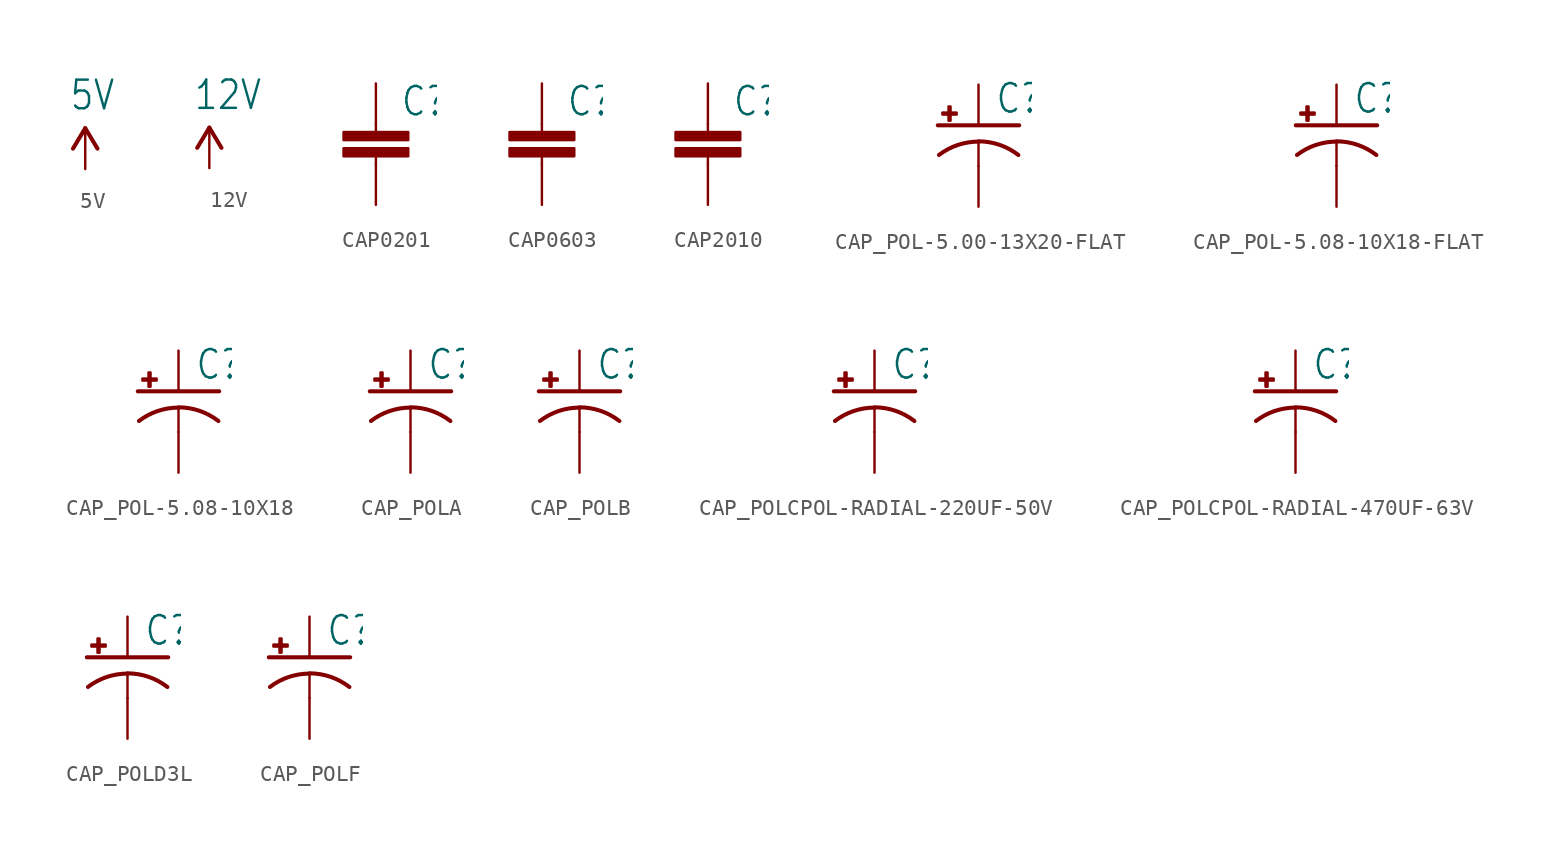
<source format=kicad_sym>
(kicad_symbol_lib
  (version 20220914)
  (generator kicad_symbol_editor)
  (symbol "5V"
    (power)
    (property "Reference" "#P+"
      (at 0 0 0)
      (effects (font (size 1.27 1.27)) hide))
    (property "Value" "5V"
      (at -1.016 3.556 0)
      (effects (font (size 1.778 1.511)) (justify left bottom)))
    (property "ki_locked" ""
      (at 0 0 0)
      (effects (font (size 1.27 1.27))))
    (symbol "5V_1_0"
      (polyline (pts (xy 0 2.54) (xy -0.762 1.27)) (stroke (width 0.254) (type solid)) (fill (type none)))
      (polyline (pts (xy 0.762 1.27) (xy 0 2.54)) (stroke (width 0.254) (type solid)) (fill (type none)))
      (pin power_in line (at 0 0 90) (length 2.54) (name "5V" (effects (font (size 0 0)))) (number "1" (effects (font (size 0 0)))))))
  (symbol "12V"
    (power)
    (property "Reference" "#P+"
      (at 0 0 0)
      (effects (font (size 1.27 1.27)) hide))
    (property "Value" "12V"
      (at -1.016 3.556 0)
      (effects (font (size 1.778 1.511)) (justify left bottom)))
    (property "ki_locked" ""
      (at 0 0 0)
      (effects (font (size 1.27 1.27))))
    (symbol "12V_1_0"
      (polyline (pts (xy 0 2.54) (xy -0.762 1.27)) (stroke (width 0.254) (type solid)) (fill (type none)))
      (polyline (pts (xy 0.762 1.27) (xy 0 2.54)) (stroke (width 0.254) (type solid)) (fill (type none)))
      (pin power_in line (at 0 0 90) (length 2.54) (name "12V" (effects (font (size 0 0)))) (number "1" (effects (font (size 0 0)))))))
  (symbol "CAP0201"
    (property "Reference" "C"
      (at 1.524 2.921 0)
      (effects (font (size 1.778 1.511)) (justify left bottom)))
    (property "Value" ""
      (at 1.524 -2.159 0)
      (effects (font (size 1.778 1.511)) (justify left bottom)))
    (property "ki_locked" ""
      (at 0 0 0)
      (effects (font (size 1.27 1.27))))
    (symbol "CAP0201_1_0"
      (rectangle (start -2.032 0.508) (end 2.032 1.016) (stroke (width 0) (type default)) (fill (type outline)))
      (rectangle (start -2.032 1.524) (end 2.032 2.032) (stroke (width 0) (type default)) (fill (type outline)))
      (polyline (pts (xy 0 0) (xy 0 0.508)) (stroke (width 0.152) (type solid)) (fill (type none)))
      (polyline (pts (xy 0 2.54) (xy 0 2.032)) (stroke (width 0.152) (type solid)) (fill (type none)))
      (pin passive line (at 0 5.08 270) (length 2.54) (name "1" (effects (font (size 0 0)))) (number "1" (effects (font (size 0 0)))))
      (pin passive line (at 0 -2.54 90) (length 2.54) (name "2" (effects (font (size 0 0)))) (number "2" (effects (font (size 0 0)))))))
  (symbol "CAP0603"
    (property "Reference" "C"
      (at 1.524 2.921 0)
      (effects (font (size 1.778 1.511)) (justify left bottom)))
    (property "Value" ""
      (at 1.524 -2.159 0)
      (effects (font (size 1.778 1.511)) (justify left bottom)))
    (property "ki_locked" ""
      (at 0 0 0)
      (effects (font (size 1.27 1.27))))
    (symbol "CAP0603_1_0"
      (rectangle (start -2.032 0.508) (end 2.032 1.016) (stroke (width 0) (type default)) (fill (type outline)))
      (rectangle (start -2.032 1.524) (end 2.032 2.032) (stroke (width 0) (type default)) (fill (type outline)))
      (polyline (pts (xy 0 0) (xy 0 0.508)) (stroke (width 0.152) (type solid)) (fill (type none)))
      (polyline (pts (xy 0 2.54) (xy 0 2.032)) (stroke (width 0.152) (type solid)) (fill (type none)))
      (pin passive line (at 0 5.08 270) (length 2.54) (name "1" (effects (font (size 0 0)))) (number "1" (effects (font (size 0 0)))))
      (pin passive line (at 0 -2.54 90) (length 2.54) (name "2" (effects (font (size 0 0)))) (number "2" (effects (font (size 0 0)))))))
  (symbol "CAP2010"
    (property "Reference" "C"
      (at 1.524 2.921 0)
      (effects (font (size 1.778 1.511)) (justify left bottom)))
    (property "Value" ""
      (at 1.524 -2.159 0)
      (effects (font (size 1.778 1.511)) (justify left bottom)))
    (property "ki_locked" ""
      (at 0 0 0)
      (effects (font (size 1.27 1.27))))
    (symbol "CAP2010_1_0"
      (rectangle (start -2.032 0.508) (end 2.032 1.016) (stroke (width 0) (type default)) (fill (type outline)))
      (rectangle (start -2.032 1.524) (end 2.032 2.032) (stroke (width 0) (type default)) (fill (type outline)))
      (polyline (pts (xy 0 0) (xy 0 0.508)) (stroke (width 0.152) (type solid)) (fill (type none)))
      (polyline (pts (xy 0 2.54) (xy 0 2.032)) (stroke (width 0.152) (type solid)) (fill (type none)))
      (pin passive line (at 0 5.08 270) (length 2.54) (name "1" (effects (font (size 0 0)))) (number "1" (effects (font (size 0 0)))))
      (pin passive line (at 0 -2.54 90) (length 2.54) (name "2" (effects (font (size 0 0)))) (number "2" (effects (font (size 0 0)))))))
  (symbol "CAP_POL-5.00-13X20-FLAT"
    (property "Reference" "C"
      (at 1.016 0.635 0)
      (effects (font (size 1.778 1.511)) (justify left bottom)))
    (property "Value" ""
      (at 1.016 -4.191 0)
      (effects (font (size 1.778 1.511)) (justify left bottom)))
    (property "ki_locked" ""
      (at 0 0 0)
      (effects (font (size 1.27 1.27))))
    (symbol "CAP_POL-5.00-13X20-FLAT_1_0"
      (rectangle (start -2.253 0.668) (end -1.364 0.795) (stroke (width 0) (type default)) (fill (type outline)))
      (rectangle (start -1.872 0.287) (end -1.745 1.176) (stroke (width 0) (type default)) (fill (type outline)))
      (arc (start 0 -1.0161) (mid -1.3021 -1.2303) (end -2.4669 -1.8504) (stroke (width 0.254) (type solid)) (fill (type none)))
      (polyline (pts (xy -2.54 0) (xy 2.54 0)) (stroke (width 0.254) (type solid)) (fill (type none)))
      (polyline (pts (xy 0 -1.016) (xy 0 -2.54)) (stroke (width 0.152) (type solid)) (fill (type none)))
      (arc (start 2.4892 -1.8541) (mid 1.3158 -1.2194) (end 0 -1) (stroke (width 0.254) (type solid)) (fill (type none)))
      (pin passive line (at 0 2.54 270) (length 2.54) (name "+" (effects (font (size 0 0)))) (number "1" (effects (font (size 0 0)))))
      (pin passive line (at 0 -5.08 90) (length 2.54) (name "-" (effects (font (size 0 0)))) (number "2" (effects (font (size 0 0)))))))
  (symbol "CAP_POL-5.08-10X18-FLAT"
    (property "Reference" "C"
      (at 1.016 0.635 0)
      (effects (font (size 1.778 1.511)) (justify left bottom)))
    (property "Value" ""
      (at 1.016 -4.191 0)
      (effects (font (size 1.778 1.511)) (justify left bottom)))
    (property "ki_locked" ""
      (at 0 0 0)
      (effects (font (size 1.27 1.27))))
    (symbol "CAP_POL-5.08-10X18-FLAT_1_0"
      (rectangle (start -2.253 0.668) (end -1.364 0.795) (stroke (width 0) (type default)) (fill (type outline)))
      (rectangle (start -1.872 0.287) (end -1.745 1.176) (stroke (width 0) (type default)) (fill (type outline)))
      (arc (start 0 -1.0161) (mid -1.3021 -1.2303) (end -2.4669 -1.8504) (stroke (width 0.254) (type solid)) (fill (type none)))
      (polyline (pts (xy -2.54 0) (xy 2.54 0)) (stroke (width 0.254) (type solid)) (fill (type none)))
      (polyline (pts (xy 0 -1.016) (xy 0 -2.54)) (stroke (width 0.152) (type solid)) (fill (type none)))
      (arc (start 2.4892 -1.8541) (mid 1.3158 -1.2194) (end 0 -1) (stroke (width 0.254) (type solid)) (fill (type none)))
      (pin passive line (at 0 2.54 270) (length 2.54) (name "+" (effects (font (size 0 0)))) (number "1" (effects (font (size 0 0)))))
      (pin passive line (at 0 -5.08 90) (length 2.54) (name "-" (effects (font (size 0 0)))) (number "2" (effects (font (size 0 0)))))))
  (symbol "CAP_POL-5.08-10X18"
    (property "Reference" "C"
      (at 1.016 0.635 0)
      (effects (font (size 1.778 1.511)) (justify left bottom)))
    (property "Value" ""
      (at 1.016 -4.191 0)
      (effects (font (size 1.778 1.511)) (justify left bottom)))
    (property "ki_locked" ""
      (at 0 0 0)
      (effects (font (size 1.27 1.27))))
    (symbol "CAP_POL-5.08-10X18_1_0"
      (rectangle (start -2.253 0.668) (end -1.364 0.795) (stroke (width 0) (type default)) (fill (type outline)))
      (rectangle (start -1.872 0.287) (end -1.745 1.176) (stroke (width 0) (type default)) (fill (type outline)))
      (arc (start 0 -1.0161) (mid -1.3021 -1.2303) (end -2.4669 -1.8504) (stroke (width 0.254) (type solid)) (fill (type none)))
      (polyline (pts (xy -2.54 0) (xy 2.54 0)) (stroke (width 0.254) (type solid)) (fill (type none)))
      (polyline (pts (xy 0 -1.016) (xy 0 -2.54)) (stroke (width 0.152) (type solid)) (fill (type none)))
      (arc (start 2.4892 -1.8541) (mid 1.3158 -1.2194) (end 0 -1) (stroke (width 0.254) (type solid)) (fill (type none)))
      (pin passive line (at 0 2.54 270) (length 2.54) (name "+" (effects (font (size 0 0)))) (number "1" (effects (font (size 0 0)))))
      (pin passive line (at 0 -5.08 90) (length 2.54) (name "-" (effects (font (size 0 0)))) (number "2" (effects (font (size 0 0)))))))
  (symbol "CAP_POLA"
    (property "Reference" "C"
      (at 1.016 0.635 0)
      (effects (font (size 1.778 1.511)) (justify left bottom)))
    (property "Value" ""
      (at 1.016 -4.191 0)
      (effects (font (size 1.778 1.511)) (justify left bottom)))
    (property "ki_locked" ""
      (at 0 0 0)
      (effects (font (size 1.27 1.27))))
    (symbol "CAP_POLA_1_0"
      (rectangle (start -2.253 0.668) (end -1.364 0.795) (stroke (width 0) (type default)) (fill (type outline)))
      (rectangle (start -1.872 0.287) (end -1.745 1.176) (stroke (width 0) (type default)) (fill (type outline)))
      (arc (start 0 -1.0161) (mid -1.3021 -1.2303) (end -2.4669 -1.8504) (stroke (width 0.254) (type solid)) (fill (type none)))
      (polyline (pts (xy -2.54 0) (xy 2.54 0)) (stroke (width 0.254) (type solid)) (fill (type none)))
      (polyline (pts (xy 0 -1.016) (xy 0 -2.54)) (stroke (width 0.152) (type solid)) (fill (type none)))
      (arc (start 2.4892 -1.8541) (mid 1.3158 -1.2194) (end 0 -1) (stroke (width 0.254) (type solid)) (fill (type none)))
      (pin passive line (at 0 2.54 270) (length 2.54) (name "+" (effects (font (size 0 0)))) (number "+" (effects (font (size 0 0)))))
      (pin passive line (at 0 -5.08 90) (length 2.54) (name "-" (effects (font (size 0 0)))) (number "-" (effects (font (size 0 0)))))))
  (symbol "CAP_POLB"
    (property "Reference" "C"
      (at 1.016 0.635 0)
      (effects (font (size 1.778 1.511)) (justify left bottom)))
    (property "Value" ""
      (at 1.016 -4.191 0)
      (effects (font (size 1.778 1.511)) (justify left bottom)))
    (property "ki_locked" ""
      (at 0 0 0)
      (effects (font (size 1.27 1.27))))
    (symbol "CAP_POLB_1_0"
      (rectangle (start -2.253 0.668) (end -1.364 0.795) (stroke (width 0) (type default)) (fill (type outline)))
      (rectangle (start -1.872 0.287) (end -1.745 1.176) (stroke (width 0) (type default)) (fill (type outline)))
      (arc (start 0 -1.0161) (mid -1.3021 -1.2303) (end -2.4669 -1.8504) (stroke (width 0.254) (type solid)) (fill (type none)))
      (polyline (pts (xy -2.54 0) (xy 2.54 0)) (stroke (width 0.254) (type solid)) (fill (type none)))
      (polyline (pts (xy 0 -1.016) (xy 0 -2.54)) (stroke (width 0.152) (type solid)) (fill (type none)))
      (arc (start 2.4892 -1.8541) (mid 1.3158 -1.2194) (end 0 -1) (stroke (width 0.254) (type solid)) (fill (type none)))
      (pin passive line (at 0 2.54 270) (length 2.54) (name "+" (effects (font (size 0 0)))) (number "+" (effects (font (size 0 0)))))
      (pin passive line (at 0 -5.08 90) (length 2.54) (name "-" (effects (font (size 0 0)))) (number "-" (effects (font (size 0 0)))))))
  (symbol "CAP_POLCPOL-RADIAL-220UF-50V"
    (property "Reference" "C"
      (at 1.016 0.635 0)
      (effects (font (size 1.778 1.511)) (justify left bottom)))
    (property "Value" ""
      (at 1.016 -4.191 0)
      (effects (font (size 1.778 1.511)) (justify left bottom)))
    (property "ki_locked" ""
      (at 0 0 0)
      (effects (font (size 1.27 1.27))))
    (symbol "CAP_POLCPOL-RADIAL-220UF-50V_1_0"
      (rectangle (start -2.253 0.668) (end -1.364 0.795) (stroke (width 0) (type default)) (fill (type outline)))
      (rectangle (start -1.872 0.287) (end -1.745 1.176) (stroke (width 0) (type default)) (fill (type outline)))
      (arc (start 0 -1.0161) (mid -1.3021 -1.2303) (end -2.4669 -1.8504) (stroke (width 0.254) (type solid)) (fill (type none)))
      (polyline (pts (xy -2.54 0) (xy 2.54 0)) (stroke (width 0.254) (type solid)) (fill (type none)))
      (polyline (pts (xy 0 -1.016) (xy 0 -2.54)) (stroke (width 0.152) (type solid)) (fill (type none)))
      (arc (start 2.4892 -1.8541) (mid 1.3158 -1.2194) (end 0 -1) (stroke (width 0.254) (type solid)) (fill (type none)))
      (pin passive line (at 0 2.54 270) (length 2.54) (name "+" (effects (font (size 0 0)))) (number "1" (effects (font (size 0 0)))))
      (pin passive line (at 0 -5.08 90) (length 2.54) (name "-" (effects (font (size 0 0)))) (number "2" (effects (font (size 0 0)))))))
  (symbol "CAP_POLCPOL-RADIAL-470UF-63V"
    (property "Reference" "C"
      (at 1.016 0.635 0)
      (effects (font (size 1.778 1.511)) (justify left bottom)))
    (property "Value" ""
      (at 1.016 -4.191 0)
      (effects (font (size 1.778 1.511)) (justify left bottom)))
    (property "ki_locked" ""
      (at 0 0 0)
      (effects (font (size 1.27 1.27))))
    (symbol "CAP_POLCPOL-RADIAL-470UF-63V_1_0"
      (rectangle (start -2.253 0.668) (end -1.364 0.795) (stroke (width 0) (type default)) (fill (type outline)))
      (rectangle (start -1.872 0.287) (end -1.745 1.176) (stroke (width 0) (type default)) (fill (type outline)))
      (arc (start 0 -1.0161) (mid -1.3021 -1.2303) (end -2.4669 -1.8504) (stroke (width 0.254) (type solid)) (fill (type none)))
      (polyline (pts (xy -2.54 0) (xy 2.54 0)) (stroke (width 0.254) (type solid)) (fill (type none)))
      (polyline (pts (xy 0 -1.016) (xy 0 -2.54)) (stroke (width 0.152) (type solid)) (fill (type none)))
      (arc (start 2.4892 -1.8541) (mid 1.3158 -1.2194) (end 0 -1) (stroke (width 0.254) (type solid)) (fill (type none)))
      (pin passive line (at 0 2.54 270) (length 2.54) (name "+" (effects (font (size 0 0)))) (number "1" (effects (font (size 0 0)))))
      (pin passive line (at 0 -5.08 90) (length 2.54) (name "-" (effects (font (size 0 0)))) (number "2" (effects (font (size 0 0)))))))
  (symbol "CAP_POLD3L"
    (property "Reference" "C"
      (at 1.016 0.635 0)
      (effects (font (size 1.778 1.511)) (justify left bottom)))
    (property "Value" ""
      (at 1.016 -4.191 0)
      (effects (font (size 1.778 1.511)) (justify left bottom)))
    (property "ki_locked" ""
      (at 0 0 0)
      (effects (font (size 1.27 1.27))))
    (symbol "CAP_POLD3L_1_0"
      (rectangle (start -2.253 0.668) (end -1.364 0.795) (stroke (width 0) (type default)) (fill (type outline)))
      (rectangle (start -1.872 0.287) (end -1.745 1.176) (stroke (width 0) (type default)) (fill (type outline)))
      (arc (start 0 -1.0161) (mid -1.3021 -1.2303) (end -2.4669 -1.8504) (stroke (width 0.254) (type solid)) (fill (type none)))
      (polyline (pts (xy -2.54 0) (xy 2.54 0)) (stroke (width 0.254) (type solid)) (fill (type none)))
      (polyline (pts (xy 0 -1.016) (xy 0 -2.54)) (stroke (width 0.152) (type solid)) (fill (type none)))
      (arc (start 2.4892 -1.8541) (mid 1.3158 -1.2194) (end 0 -1) (stroke (width 0.254) (type solid)) (fill (type none)))
      (pin passive line (at 0 -5.08 90) (length 2.54) (name "-" (effects (font (size 0 0)))) (number "NEG" (effects (font (size 0 0)))))
      (pin passive line (at 0 2.54 270) (length 2.54) (name "+" (effects (font (size 0 0)))) (number "POS" (effects (font (size 0 0)))))))
  (symbol "CAP_POLF"
    (property "Reference" "C"
      (at 1.016 0.635 0)
      (effects (font (size 1.778 1.511)) (justify left bottom)))
    (property "Value" ""
      (at 1.016 -4.191 0)
      (effects (font (size 1.778 1.511)) (justify left bottom)))
    (property "ki_locked" ""
      (at 0 0 0)
      (effects (font (size 1.27 1.27))))
    (symbol "CAP_POLF_1_0"
      (rectangle (start -2.253 0.668) (end -1.364 0.795) (stroke (width 0) (type default)) (fill (type outline)))
      (rectangle (start -1.872 0.287) (end -1.745 1.176) (stroke (width 0) (type default)) (fill (type outline)))
      (arc (start 0 -1.0161) (mid -1.3021 -1.2303) (end -2.4669 -1.8504) (stroke (width 0.254) (type solid)) (fill (type none)))
      (polyline (pts (xy -2.54 0) (xy 2.54 0)) (stroke (width 0.254) (type solid)) (fill (type none)))
      (polyline (pts (xy 0 -1.016) (xy 0 -2.54)) (stroke (width 0.152) (type solid)) (fill (type none)))
      (arc (start 2.4892 -1.8541) (mid 1.3158 -1.2194) (end 0 -1) (stroke (width 0.254) (type solid)) (fill (type none)))
      (pin passive line (at 0 2.54 270) (length 2.54) (name "+" (effects (font (size 0 0)))) (number "+" (effects (font (size 0 0)))))
      (pin passive line (at 0 -5.08 90) (length 2.54) (name "-" (effects (font (size 0 0)))) (number "-" (effects (font (size 0 0))))))))
</source>
